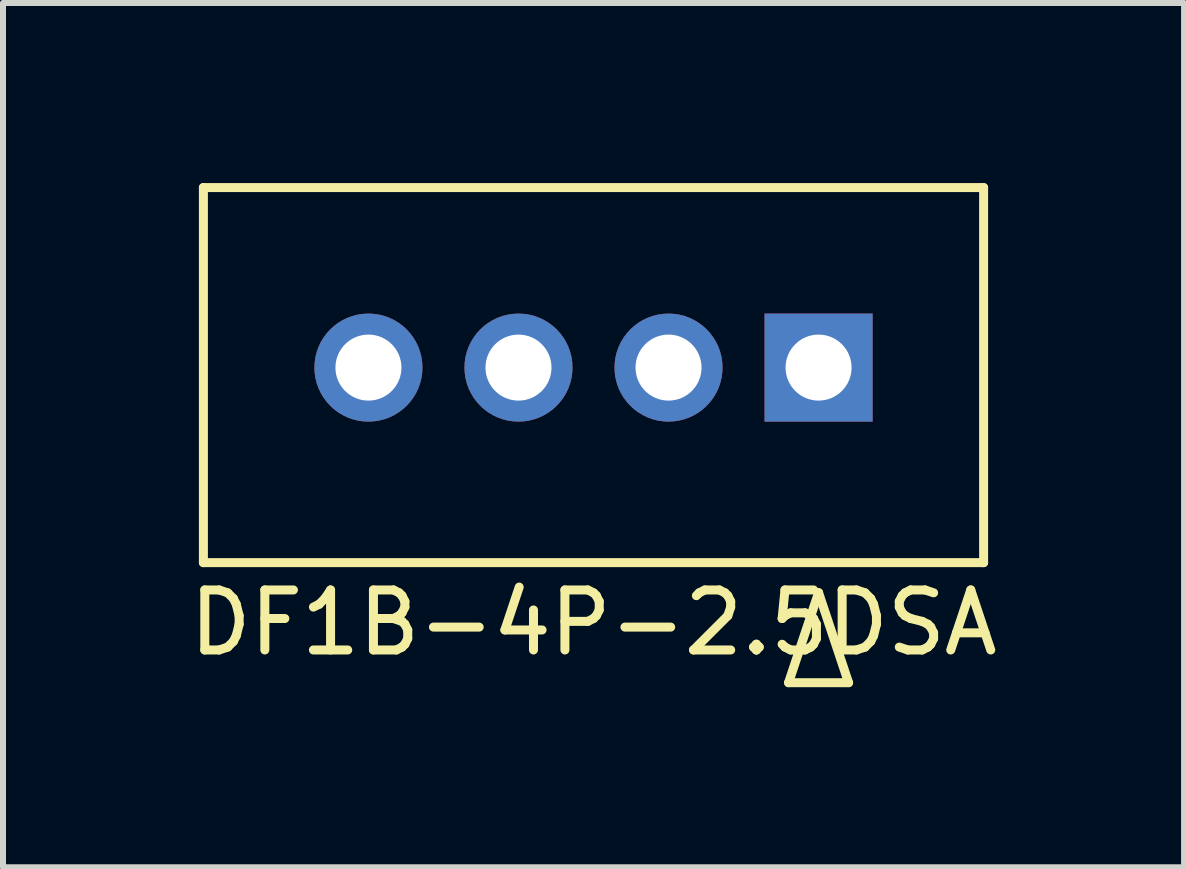
<source format=kicad_pcb>
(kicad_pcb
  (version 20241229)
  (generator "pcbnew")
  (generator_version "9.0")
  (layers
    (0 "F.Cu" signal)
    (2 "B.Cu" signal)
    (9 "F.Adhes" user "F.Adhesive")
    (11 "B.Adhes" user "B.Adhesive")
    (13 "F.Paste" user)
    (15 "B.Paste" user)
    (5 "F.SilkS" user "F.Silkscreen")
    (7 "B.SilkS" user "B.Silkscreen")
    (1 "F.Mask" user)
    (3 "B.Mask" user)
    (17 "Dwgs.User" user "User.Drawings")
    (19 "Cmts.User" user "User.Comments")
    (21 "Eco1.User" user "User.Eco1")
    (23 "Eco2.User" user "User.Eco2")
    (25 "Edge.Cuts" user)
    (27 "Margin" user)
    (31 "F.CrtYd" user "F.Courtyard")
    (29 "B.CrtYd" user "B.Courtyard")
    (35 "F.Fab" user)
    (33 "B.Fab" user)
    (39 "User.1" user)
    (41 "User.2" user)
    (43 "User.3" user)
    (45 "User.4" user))
  (footprint "DF1B-4P-2.5DSA"
    (layer "F.Cu")
    (at 6.839 3.075)
    (property "Reference" "DF1B-4P-2.5DSA" (at 0 4.25 0) (layer "F.SilkS") (effects (font (size 1 1) (thickness 0.15))))
    (attr through_hole)
    (fp_line (start -6.5 -3) (end 6.5 -3) (stroke (width 0.15) (type solid)) (layer "F.SilkS"))
    (fp_line (start -6.5 3.25) (end -6.5 -3) (stroke (width 0.15) (type solid)) (layer "F.SilkS"))
    (fp_line (start -6.5 3.25) (end 6.5 3.25) (stroke (width 0.15) (type solid)) (layer "F.SilkS"))
    (fp_line (start 3.25 5.25) (end 4.25 5.25) (stroke (width 0.15) (type solid)) (layer "F.SilkS"))
    (fp_line (start 3.75 3.75) (end 3.25 5.25) (stroke (width 0.15) (type solid)) (layer "F.SilkS"))
    (fp_line (start 4.25 5.25) (end 3.75 3.75) (stroke (width 0.15) (type solid)) (layer "F.SilkS"))
    (fp_line (start 6.5 3.25) (end 6.5 -3) (stroke (width 0.15) (type solid)) (layer "F.SilkS"))
    (pad "1" thru_hole rect (at 3.75 0) (size 1.8 1.8) (drill 1.1) (layers "*.Cu" "*.Mask"))
    (pad "2" thru_hole circle (at 1.25 0) (size 1.8 1.8) (drill 1.1) (layers "*.Cu" "*.Mask"))
    (pad "3" thru_hole circle (at -1.25 0) (size 1.8 1.8) (drill 1.1) (layers "*.Cu" "*.Mask"))
    (pad "4" thru_hole circle (at -3.75 0) (size 1.8 1.8) (drill 1.1) (layers "*.Cu" "*.Mask")))
  (gr_rect
    (start -3 -3)
    (end 16.679 11.4)
    (stroke (width 0.1) (type default))
    (fill no)
    (layer "Edge.Cuts")))
</source>
